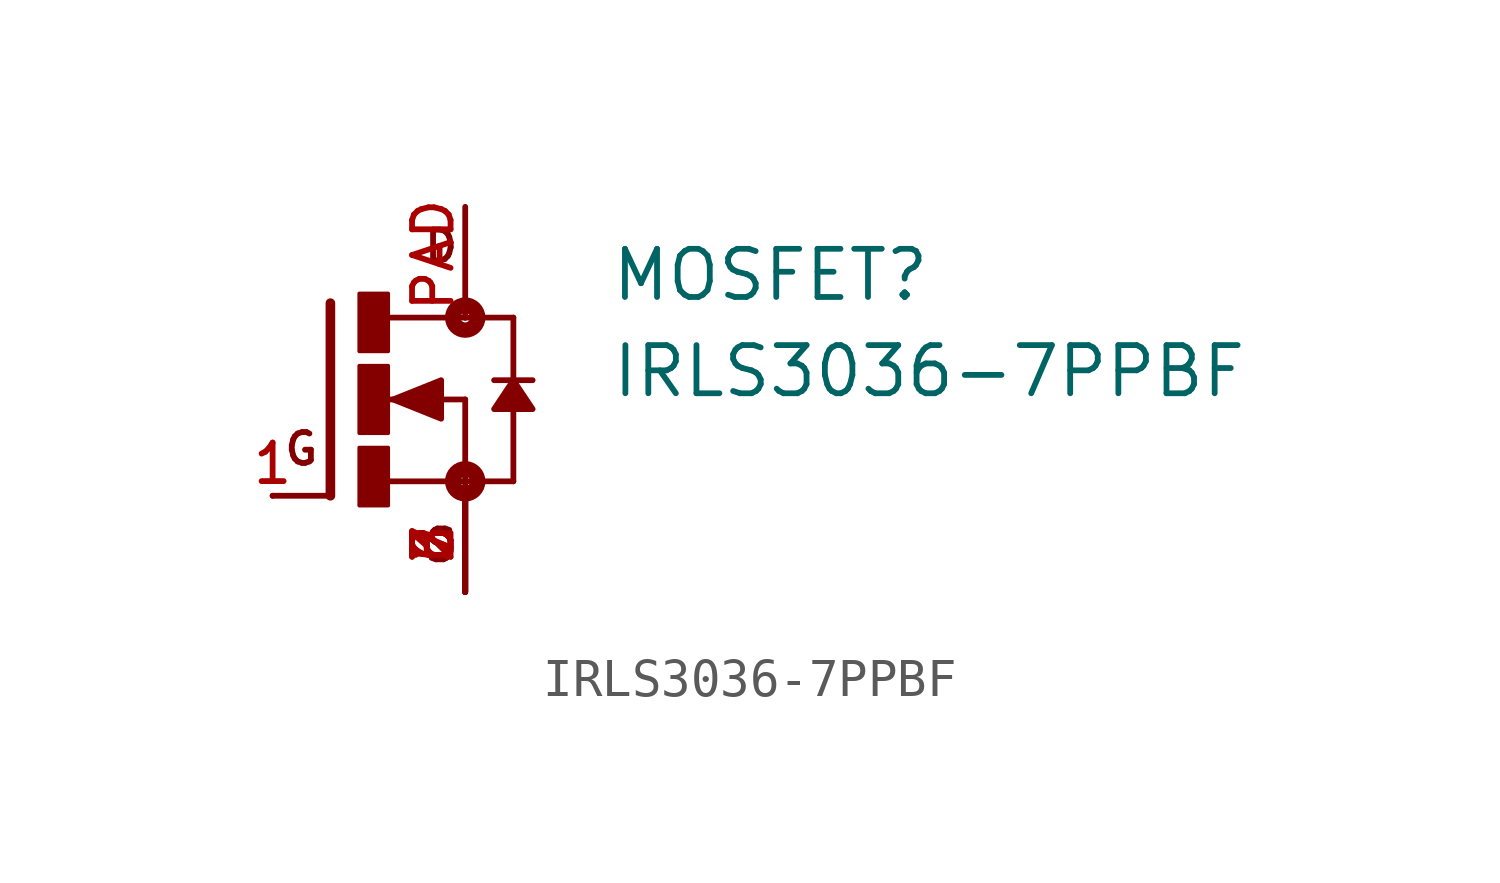
<source format=kicad_sym>
(kicad_symbol_lib
  (version 20231120)
  (generator "kicad_symbol_editor")
  (generator_version "8.0")
  (symbol "IRLS3036-7PPBF"
    (pin_names
      (offset 1.016))
    (property "Reference" "MOSFET"
      (at 6.35 2.54 0)
      (effects (font (size 1.27 1.27)) (justify left bottom)))
    (property "Value" "IRLS3036-7PPBF"
      (at 6.362 0 0)
      (effects (font (size 1.27 1.27)) (justify left bottom)))
    (symbol "IRLS3036-7PPBF_0_0"
      (rectangle (start -0.254 -2.798) (end 0.508 -1.27) (stroke (width 0.1) (type default)) (fill (type outline)))
      (rectangle (start -0.254 -0.889) (end 0.508 0.889) (stroke (width 0.1) (type default)) (fill (type outline)))
      (rectangle (start -0.254 1.27) (end 0.508 2.794) (stroke (width 0.1) (type default)) (fill (type outline)))
      (polyline (pts (xy -1.016 -2.54) (xy -2.54 -2.54)) (stroke (width 0.152) (type default)) (fill (type none)))
      (polyline (pts (xy -1.016 2.54) (xy -1.016 -2.54)) (stroke (width 0.254) (type default)) (fill (type none)))
      (polyline (pts (xy 0.381 0) (xy 2.54 0)) (stroke (width 0.152) (type default)) (fill (type none)))
      (polyline (pts (xy 0.508 -2.159) (xy 2.54 -2.159)) (stroke (width 0.152) (type default)) (fill (type none)))
      (polyline (pts (xy 2.54 -2.159) (xy 2.54 -2.54)) (stroke (width 0.152) (type default)) (fill (type none)))
      (polyline (pts (xy 2.54 0) (xy 2.54 -2.159)) (stroke (width 0.152) (type default)) (fill (type none)))
      (polyline (pts (xy 2.54 2.159) (xy 0.533 2.159)) (stroke (width 0.152) (type default)) (fill (type none)))
      (polyline (pts (xy 2.54 2.54) (xy 2.54 2.159)) (stroke (width 0.152) (type default)) (fill (type none)))
      (polyline (pts (xy 3.302 0.508) (xy 3.81 0.508)) (stroke (width 0.152) (type default)) (fill (type none)))
      (polyline (pts (xy 3.81 -2.159) (xy 2.54 -2.159)) (stroke (width 0.152) (type default)) (fill (type none)))
      (polyline (pts (xy 3.81 -2.159) (xy 3.81 -0.127)) (stroke (width 0.152) (type default)) (fill (type none)))
      (polyline (pts (xy 3.81 0.508) (xy 3.81 2.159)) (stroke (width 0.152) (type default)) (fill (type none)))
      (polyline (pts (xy 3.81 0.508) (xy 4.318 0.508)) (stroke (width 0.152) (type default)) (fill (type none)))
      (polyline (pts (xy 3.81 2.159) (xy 2.54 2.159)) (stroke (width 0.152) (type default)) (fill (type none)))
      (polyline (pts (xy 0.635 0) (xy 1.905 -0.508) (xy 1.905 0.508) (xy 0.635 0)) (stroke (width 0.152) (type default)) (fill (type outline)))
      (polyline (pts (xy 3.81 0.508) (xy 3.302 -0.254) (xy 4.318 -0.254) (xy 3.81 0.508)) (stroke (width 0.152) (type default)) (fill (type outline)))
      (circle (center 2.54 -2.159) (radius 0.127) (stroke (width 0.406) (type default)) (fill (type none)))
      (circle (center 2.54 2.159) (radius 0.127) (stroke (width 0.406) (type default)) (fill (type none)))
      (text "D" (at 1.398 3.559 0) (effects (font (size 0.814 0.814)) (justify left bottom)))
      (text "G" (at -2.29 -1.781 0) (effects (font (size 0.814 0.814)) (justify left bottom)))
      (text "S" (at 1.399 -4.324 0) (effects (font (size 0.814 0.814)) (justify left bottom)))
      (pin passive line (at -2.54 -2.54 0) (length 0) (name "~" (effects (font (size 1.016 1.016)))) (number "1" (effects (font (size 1.016 1.016)))))
      (pin passive line (at 2.54 -5.08 90) (length 2.54) (name "~" (effects (font (size 1.016 1.016)))) (number "2" (effects (font (size 1.016 1.016)))))
      (pin passive line (at 2.54 -5.08 90) (length 2.54) (name "~" (effects (font (size 1.016 1.016)))) (number "3" (effects (font (size 1.016 1.016)))))
      (pin passive line (at 2.54 -5.08 90) (length 2.54) (name "~" (effects (font (size 1.016 1.016)))) (number "5" (effects (font (size 1.016 1.016)))))
      (pin passive line (at 2.54 -5.08 90) (length 2.54) (name "~" (effects (font (size 1.016 1.016)))) (number "6" (effects (font (size 1.016 1.016)))))
      (pin passive line (at 2.54 -5.08 90) (length 2.54) (name "~" (effects (font (size 1.016 1.016)))) (number "7" (effects (font (size 1.016 1.016)))))
      (pin passive line (at 2.54 5.08 270) (length 2.54) (name "~" (effects (font (size 1.016 1.016)))) (number "PAD" (effects (font (size 1.016 1.016))))))))
</source>
